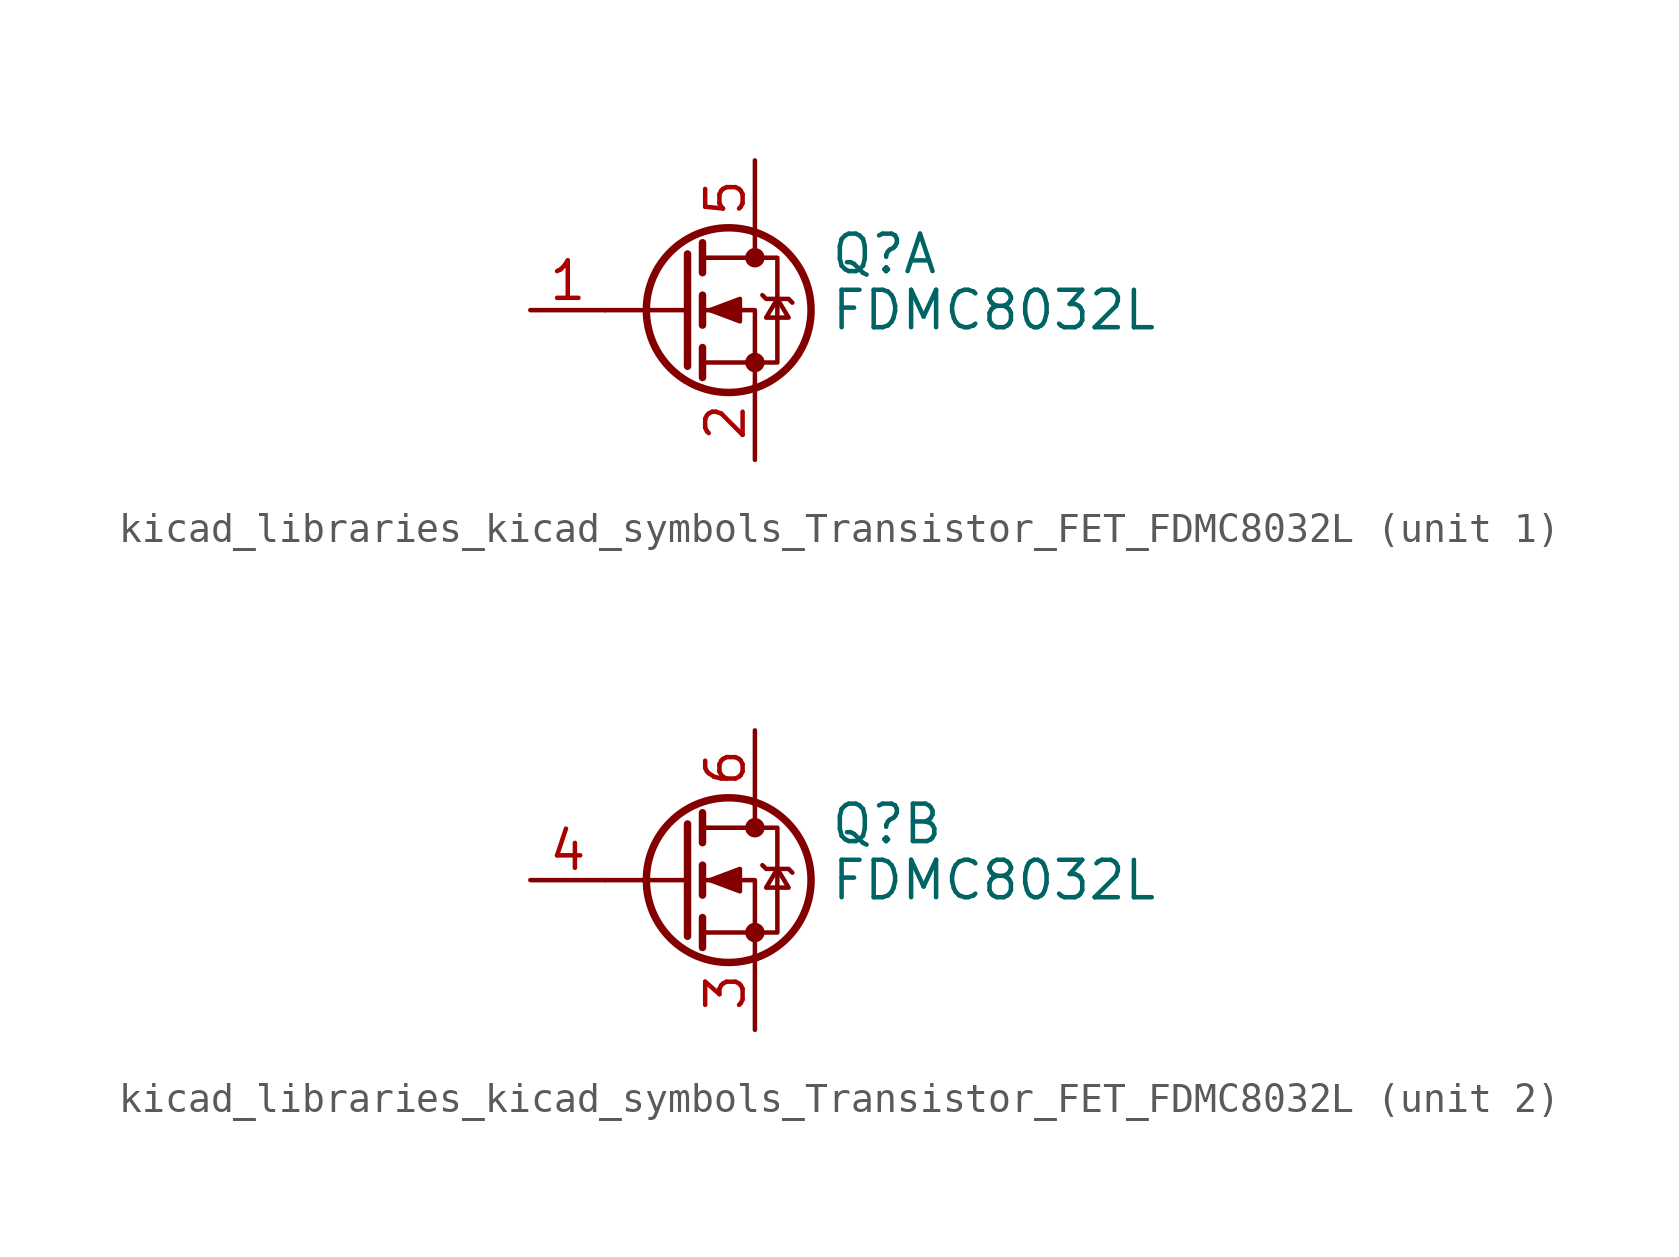
<source format=kicad_sym>
(kicad_symbol_lib
  (version 20220914)
  (generator kicad_symbol_editor)
  (symbol "kicad_libraries_kicad_symbols_Transistor_FET_FDMC8032L"
    (pin_names hide)
    (property "Reference" "Q"
      (at 5.08 1.905 0)
      (effects (font (size 1.27 1.27)) (justify left)))
    (property "Value" "FDMC8032L"
      (at 5.08 0 0)
      (effects (font (size 1.27 1.27)) (justify left)))
    (symbol "kicad_libraries_kicad_symbols_Transistor_FET_FDMC8032L_0_1"
      (polyline (pts (xy 0.254 0) (xy -2.54 0)) (stroke (width 0) (type default)) (fill (type none)))
      (polyline (pts (xy 0.254 1.905) (xy 0.254 -1.905)) (stroke (width 0.254) (type default)) (fill (type none)))
      (polyline (pts (xy 0.762 -1.27) (xy 0.762 -2.286)) (stroke (width 0.254) (type default)) (fill (type none)))
      (polyline (pts (xy 0.762 0.508) (xy 0.762 -0.508)) (stroke (width 0.254) (type default)) (fill (type none)))
      (polyline (pts (xy 0.762 2.286) (xy 0.762 1.27)) (stroke (width 0.254) (type default)) (fill (type none)))
      (polyline (pts (xy 2.54 2.54) (xy 2.54 1.778)) (stroke (width 0) (type default)) (fill (type none)))
      (polyline (pts (xy 2.54 -2.54) (xy 2.54 0) (xy 0.762 0)) (stroke (width 0) (type default)) (fill (type none)))
      (polyline (pts (xy 0.762 -1.778) (xy 3.302 -1.778) (xy 3.302 1.778) (xy 0.762 1.778)) (stroke (width 0) (type default)) (fill (type none)))
      (polyline (pts (xy 1.016 0) (xy 2.032 0.381) (xy 2.032 -0.381) (xy 1.016 0)) (stroke (width 0) (type default)) (fill (type outline)))
      (polyline (pts (xy 2.794 0.508) (xy 2.921 0.381) (xy 3.683 0.381) (xy 3.81 0.254)) (stroke (width 0) (type default)) (fill (type none)))
      (polyline (pts (xy 3.302 0.381) (xy 2.921 -0.254) (xy 3.683 -0.254) (xy 3.302 0.381)) (stroke (width 0) (type default)) (fill (type none)))
      (circle (center 1.651 0) (radius 2.794) (stroke (width 0.254) (type default)) (fill (type none)))
      (circle (center 2.54 -1.778) (radius 0.254) (stroke (width 0) (type default)) (fill (type outline)))
      (circle (center 2.54 1.778) (radius 0.254) (stroke (width 0) (type default)) (fill (type outline))))
    (symbol "kicad_libraries_kicad_symbols_Transistor_FET_FDMC8032L_1_1"
      (pin passive line (at -5.08 0 0) (length 2.54) (name "G1" (effects (font (size 1.27 1.27)))) (number "1" (effects (font (size 1.27 1.27)))))
      (pin passive line (at 2.54 -5.08 90) (length 2.54) (name "S1" (effects (font (size 1.27 1.27)))) (number "2" (effects (font (size 1.27 1.27)))))
      (pin passive line (at 2.54 5.08 270) (length 2.54) (name "D1" (effects (font (size 1.27 1.27)))) (number "5" (effects (font (size 1.27 1.27))))))
    (symbol "kicad_libraries_kicad_symbols_Transistor_FET_FDMC8032L_2_1"
      (pin passive line (at 2.54 -5.08 90) (length 2.54) (name "S2" (effects (font (size 1.27 1.27)))) (number "3" (effects (font (size 1.27 1.27)))))
      (pin passive line (at -5.08 0 0) (length 2.54) (name "G2" (effects (font (size 1.27 1.27)))) (number "4" (effects (font (size 1.27 1.27)))))
      (pin passive line (at 2.54 5.08 270) (length 2.54) (name "D2" (effects (font (size 1.27 1.27)))) (number "6" (effects (font (size 1.27 1.27))))))))
</source>
